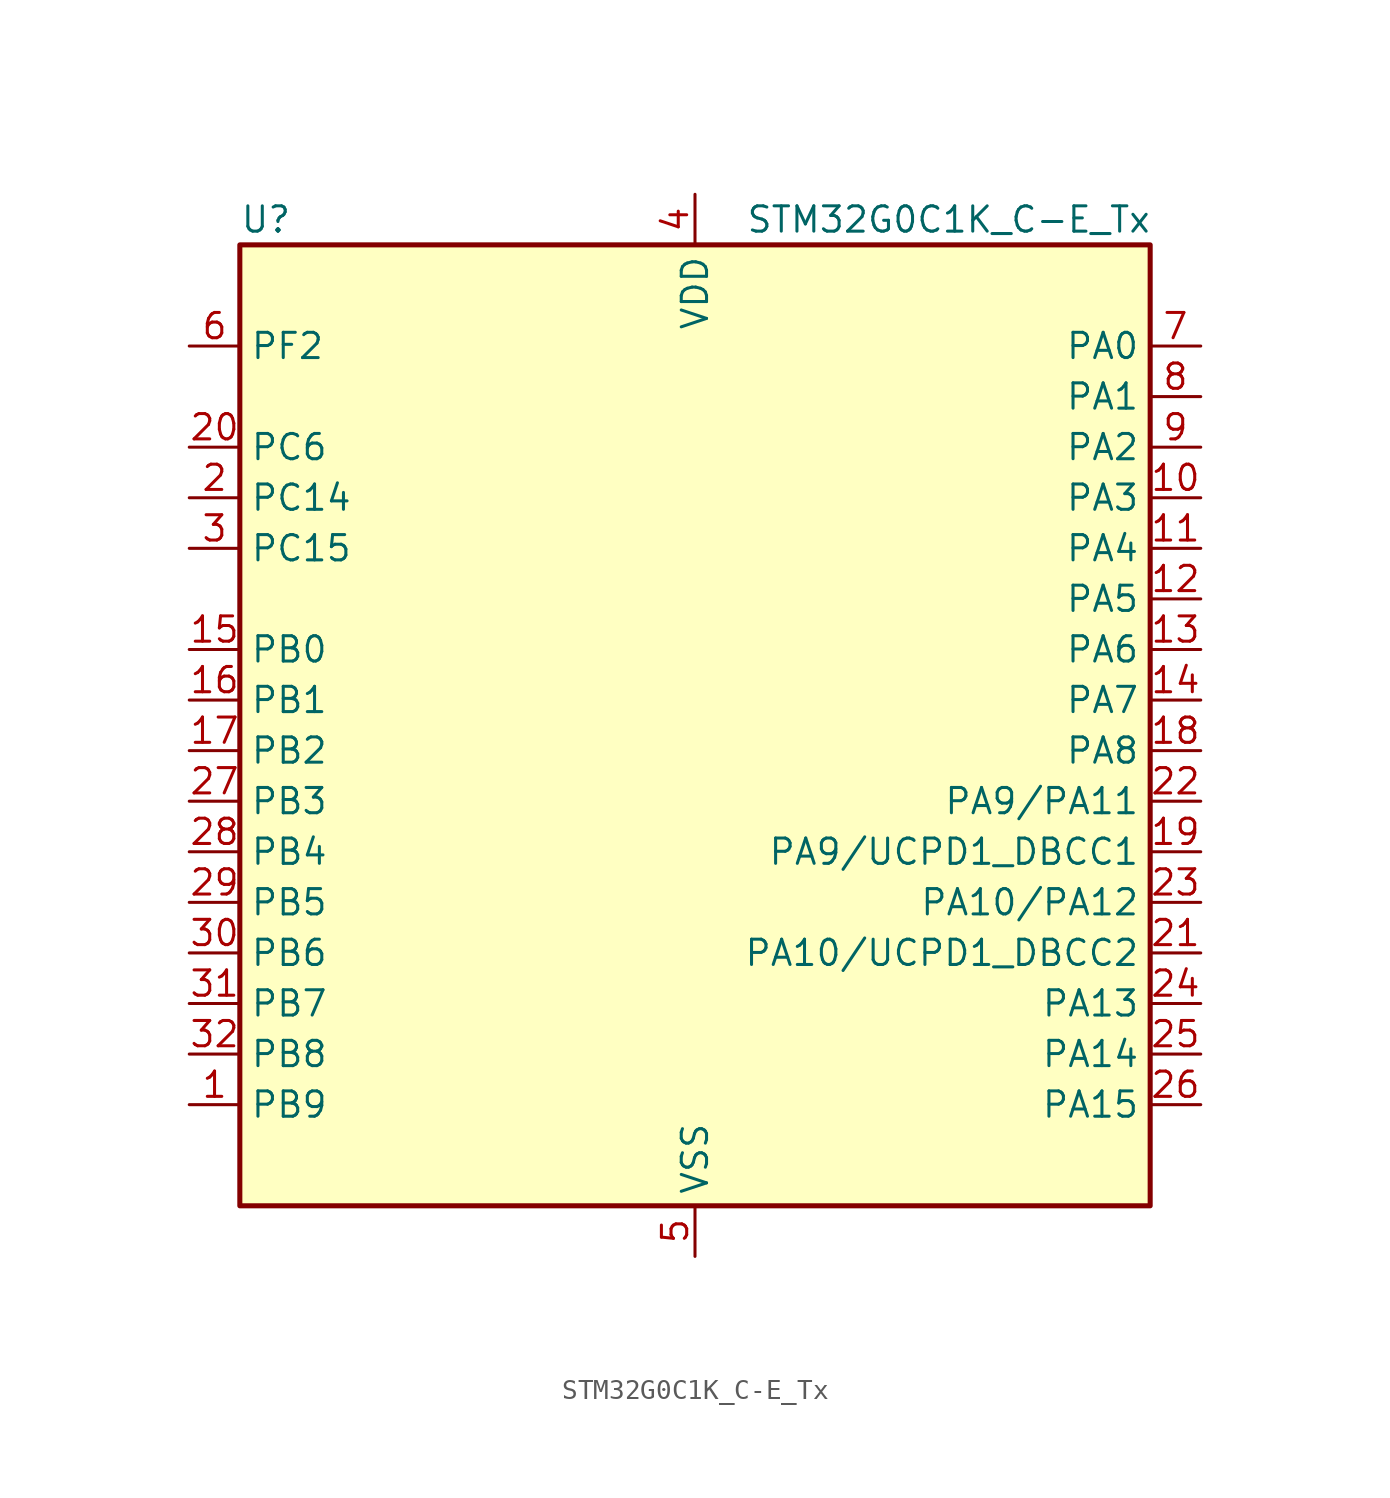
<source format=kicad_sym>
(kicad_symbol_lib
  (version 20231120)
  (generator "kicad-library-utils")
  (generator_version "8.0")
  (symbol "STM32G0C1K_C-E_Tx"
    (property "Reference" "U"
      (at -22.86 26.67 0)
      (effects (font (size 1.27 1.27)) (justify left)))
    (property "Value" "STM32G0C1K_C-E_Tx"
      (at 2.54 26.67 0)
      (effects (font (size 1.27 1.27)) (justify left)))
    (symbol "STM32G0C1K_C-E_Tx_0_1"
      (rectangle (start -22.86 -22.86) (end 22.86 25.4) (stroke (width 0.254) (type default)) (fill (type background))))
    (symbol "STM32G0C1K_C-E_Tx_1_1"
      (pin bidirectional line (at -25.4 -17.78 0) (length 2.54) (name "PB9" (effects (font (size 1.27 1.27)))) (number "1" (effects (font (size 1.27 1.27)))) (alternate "DAC1_EXTI9" bidirectional line) (alternate "FDCAN1_TX" bidirectional line) (alternate "I2C1_SDA" bidirectional line) (alternate "I2S2_WS" bidirectional line) (alternate "IR_OUT" bidirectional line) (alternate "SPI2_NSS" bidirectional line) (alternate "TIM17_CH1" bidirectional line) (alternate "TIM4_CH4" bidirectional line) (alternate "USART3_RX" bidirectional line) (alternate "USART6_RX" bidirectional line))
      (pin bidirectional line (at 25.4 12.7 180) (length 2.54) (name "PA3" (effects (font (size 1.27 1.27)))) (number "10" (effects (font (size 1.27 1.27)))) (alternate "ADC1_IN3" bidirectional line) (alternate "COMP2_INP" bidirectional line) (alternate "I2S2_MCK" bidirectional line) (alternate "LPUART1_RX" bidirectional line) (alternate "SPI2_MISO" bidirectional line) (alternate "TIM15_CH2" bidirectional line) (alternate "TIM2_CH4" bidirectional line) (alternate "USART2_RX" bidirectional line))
      (pin bidirectional line (at 25.4 10.16 180) (length 2.54) (name "PA4" (effects (font (size 1.27 1.27)))) (number "11" (effects (font (size 1.27 1.27)))) (alternate "ADC1_IN4" bidirectional line) (alternate "DAC1_OUT1" bidirectional line) (alternate "I2S1_WS" bidirectional line) (alternate "I2S2_SD" bidirectional line) (alternate "LPTIM2_OUT" bidirectional line) (alternate "RTC_OUT1" bidirectional line) (alternate "RTC_TAMP_IN1" bidirectional line) (alternate "RTC_TS" bidirectional line) (alternate "SPI1_NSS" bidirectional line) (alternate "SPI2_MOSI" bidirectional line) (alternate "SPI3_NSS" bidirectional line) (alternate "SYS_WKUP2" bidirectional line) (alternate "TIM14_CH1" bidirectional line) (alternate "USART6_TX" bidirectional line) (alternate "USB_NOE" bidirectional line))
      (pin bidirectional line (at 25.4 7.62 180) (length 2.54) (name "PA5" (effects (font (size 1.27 1.27)))) (number "12" (effects (font (size 1.27 1.27)))) (alternate "ADC1_IN5" bidirectional line) (alternate "CEC" bidirectional line) (alternate "DAC1_OUT2" bidirectional line) (alternate "I2S1_CK" bidirectional line) (alternate "LPTIM2_ETR" bidirectional line) (alternate "SPI1_SCK" bidirectional line) (alternate "TIM2_CH1" bidirectional line) (alternate "TIM2_ETR" bidirectional line) (alternate "UCPD1_FRSTX1" bidirectional line) (alternate "UCPD1_FRSTX2" bidirectional line) (alternate "USART3_TX" bidirectional line) (alternate "USART6_RX" bidirectional line))
      (pin bidirectional line (at 25.4 5.08 180) (length 2.54) (name "PA6" (effects (font (size 1.27 1.27)))) (number "13" (effects (font (size 1.27 1.27)))) (alternate "ADC1_IN6" bidirectional line) (alternate "COMP1_OUT" bidirectional line) (alternate "I2C2_SDA" bidirectional line) (alternate "I2C3_SDA" bidirectional line) (alternate "I2S1_MCK" bidirectional line) (alternate "LPUART1_CTS" bidirectional line) (alternate "SPI1_MISO" bidirectional line) (alternate "TIM16_CH1" bidirectional line) (alternate "TIM1_BK" bidirectional line) (alternate "TIM3_CH1" bidirectional line) (alternate "USART3_CTS" bidirectional line) (alternate "USART3_NSS" bidirectional line) (alternate "USART6_CTS" bidirectional line) (alternate "USART6_NSS" bidirectional line))
      (pin bidirectional line (at 25.4 2.54 180) (length 2.54) (name "PA7" (effects (font (size 1.27 1.27)))) (number "14" (effects (font (size 1.27 1.27)))) (alternate "ADC1_IN7" bidirectional line) (alternate "COMP2_OUT" bidirectional line) (alternate "I2C2_SCL" bidirectional line) (alternate "I2C3_SCL" bidirectional line) (alternate "I2S1_SD" bidirectional line) (alternate "SPI1_MOSI" bidirectional line) (alternate "TIM14_CH1" bidirectional line) (alternate "TIM17_CH1" bidirectional line) (alternate "TIM1_CH1N" bidirectional line) (alternate "TIM3_CH2" bidirectional line) (alternate "UCPD1_FRSTX1" bidirectional line) (alternate "UCPD1_FRSTX2" bidirectional line) (alternate "USART6_CK" bidirectional line) (alternate "USART6_DE" bidirectional line) (alternate "USART6_RTS" bidirectional line))
      (pin bidirectional line (at -25.4 5.08 0) (length 2.54) (name "PB0" (effects (font (size 1.27 1.27)))) (number "15" (effects (font (size 1.27 1.27)))) (alternate "ADC1_IN8" bidirectional line) (alternate "COMP1_OUT" bidirectional line) (alternate "COMP3_INP" bidirectional line) (alternate "FDCAN2_RX" bidirectional line) (alternate "I2S1_WS" bidirectional line) (alternate "LPTIM1_OUT" bidirectional line) (alternate "LPUART2_CTS" bidirectional line) (alternate "SPI1_NSS" bidirectional line) (alternate "TIM1_CH2N" bidirectional line) (alternate "TIM3_CH3" bidirectional line) (alternate "UCPD1_FRSTX1" bidirectional line) (alternate "UCPD1_FRSTX2" bidirectional line) (alternate "USART3_RX" bidirectional line) (alternate "USART5_TX" bidirectional line))
      (pin bidirectional line (at -25.4 2.54 0) (length 2.54) (name "PB1" (effects (font (size 1.27 1.27)))) (number "16" (effects (font (size 1.27 1.27)))) (alternate "ADC1_IN9" bidirectional line) (alternate "COMP1_INM" bidirectional line) (alternate "COMP3_OUT" bidirectional line) (alternate "FDCAN2_TX" bidirectional line) (alternate "LPTIM2_IN1" bidirectional line) (alternate "LPUART1_DE" bidirectional line) (alternate "LPUART1_RTS" bidirectional line) (alternate "LPUART2_DE" bidirectional line) (alternate "LPUART2_RTS" bidirectional line) (alternate "TIM14_CH1" bidirectional line) (alternate "TIM1_CH3N" bidirectional line) (alternate "TIM3_CH4" bidirectional line) (alternate "USART3_CK" bidirectional line) (alternate "USART3_DE" bidirectional line) (alternate "USART3_RTS" bidirectional line) (alternate "USART5_RX" bidirectional line))
      (pin bidirectional line (at -25.4 0 0) (length 2.54) (name "PB2" (effects (font (size 1.27 1.27)))) (number "17" (effects (font (size 1.27 1.27)))) (alternate "ADC1_IN10" bidirectional line) (alternate "COMP1_INP" bidirectional line) (alternate "COMP3_INM" bidirectional line) (alternate "I2S2_MCK" bidirectional line) (alternate "LPTIM1_OUT" bidirectional line) (alternate "RCC_MCO_2" bidirectional line) (alternate "SPI2_MISO" bidirectional line) (alternate "USART3_TX" bidirectional line))
      (pin bidirectional line (at 25.4 0 180) (length 2.54) (name "PA8" (effects (font (size 1.27 1.27)))) (number "18" (effects (font (size 1.27 1.27)))) (alternate "CRS1_SYNC" bidirectional line) (alternate "I2C2_SMBA" bidirectional line) (alternate "I2S2_WS" bidirectional line) (alternate "LPTIM2_OUT" bidirectional line) (alternate "RCC_MCO" bidirectional line) (alternate "SPI2_NSS" bidirectional line) (alternate "TIM1_CH1" bidirectional line) (alternate "UCPD1_CC1" bidirectional line))
      (pin bidirectional line (at 25.4 -5.08 180) (length 2.54) (name "PA9/UCPD1_DBCC1" (effects (font (size 1.27 1.27)))) (number "19" (effects (font (size 1.27 1.27)))) (alternate "PA9" bidirectional line) (alternate "DAC1_EXTI9 (PA9)" bidirectional line) (alternate "I2C1_SCL (PA9)" bidirectional line) (alternate "I2C2_SCL (PA9)" bidirectional line) (alternate "I2S2_MCK (PA9)" bidirectional line) (alternate "RCC_MCO (PA9)" bidirectional line) (alternate "SPI2_MISO (PA9)" bidirectional line) (alternate "TIM15_BK (PA9)" bidirectional line) (alternate "TIM1_CH2 (PA9)" bidirectional line) (alternate "UCPD1_DBCC1 (PA9)" bidirectional line) (alternate "USART1_TX (PA9)" bidirectional line) (alternate "UCPD1_DBCC1" bidirectional line) (alternate "UCPD1_DBCC1 (UCPD1_DBCC1)" bidirectional line))
      (pin bidirectional line (at -25.4 12.7 0) (length 2.54) (name "PC14" (effects (font (size 1.27 1.27)))) (number "2" (effects (font (size 1.27 1.27)))) (alternate "RCC_OSC32_IN" bidirectional line) (alternate "RCC_OSC_IN" bidirectional line) (alternate "TIM1_BK2" bidirectional line))
      (pin bidirectional line (at -25.4 15.24 0) (length 2.54) (name "PC6" (effects (font (size 1.27 1.27)))) (number "20" (effects (font (size 1.27 1.27)))) (alternate "LPUART2_TX" bidirectional line) (alternate "TIM2_CH3" bidirectional line) (alternate "TIM3_CH1" bidirectional line) (alternate "UCPD1_FRSTX1" bidirectional line) (alternate "UCPD1_FRSTX2" bidirectional line))
      (pin bidirectional line (at 25.4 -10.16 180) (length 2.54) (name "PA10/UCPD1_DBCC2" (effects (font (size 1.27 1.27)))) (number "21" (effects (font (size 1.27 1.27)))) (alternate "PA10" bidirectional line) (alternate "I2C1_SDA (PA10)" bidirectional line) (alternate "I2C2_SDA (PA10)" bidirectional line) (alternate "I2S2_SD (PA10)" bidirectional line) (alternate "RCC_MCO_2 (PA10)" bidirectional line) (alternate "SPI2_MOSI (PA10)" bidirectional line) (alternate "TIM17_BK (PA10)" bidirectional line) (alternate "TIM1_CH3 (PA10)" bidirectional line) (alternate "UCPD1_DBCC2 (PA10)" bidirectional line) (alternate "USART1_RX (PA10)" bidirectional line) (alternate "UCPD1_DBCC2" bidirectional line) (alternate "UCPD1_DBCC2 (UCPD1_DBCC2)" bidirectional line))
      (pin bidirectional line (at 25.4 -2.54 180) (length 2.54) (name "PA9/PA11" (effects (font (size 1.27 1.27)))) (number "22" (effects (font (size 1.27 1.27)))) (alternate "PA9" bidirectional line) (alternate "DAC1_EXTI9 (PA9)" bidirectional line) (alternate "I2C1_SCL (PA9)" bidirectional line) (alternate "I2C2_SCL (PA9)" bidirectional line) (alternate "I2S2_MCK (PA9)" bidirectional line) (alternate "RCC_MCO (PA9)" bidirectional line) (alternate "SPI2_MISO (PA9)" bidirectional line) (alternate "TIM15_BK (PA9)" bidirectional line) (alternate "TIM1_CH2 (PA9)" bidirectional line) (alternate "UCPD1_DBCC1 (PA9)" bidirectional line) (alternate "USART1_TX (PA9)" bidirectional line) (alternate "PA11" bidirectional line) (alternate "ADC1_EXTI11 (PA11)" bidirectional line) (alternate "COMP1_OUT (PA11)" bidirectional line) (alternate "FDCAN1_RX (PA11)" bidirectional line) (alternate "I2C2_SCL (PA11)" bidirectional line) (alternate "I2S1_MCK (PA11)" bidirectional line) (alternate "SPI1_MISO (PA11)" bidirectional line) (alternate "TIM1_BK2 (PA11)" bidirectional line) (alternate "TIM1_CH4 (PA11)" bidirectional line) (alternate "USART1_CTS (PA11)" bidirectional line) (alternate "USART1_NSS (PA11)" bidirectional line) (alternate "USB_DM (PA11)" bidirectional line))
      (pin bidirectional line (at 25.4 -7.62 180) (length 2.54) (name "PA10/PA12" (effects (font (size 1.27 1.27)))) (number "23" (effects (font (size 1.27 1.27)))) (alternate "PA10" bidirectional line) (alternate "I2C1_SDA (PA10)" bidirectional line) (alternate "I2C2_SDA (PA10)" bidirectional line) (alternate "I2S2_SD (PA10)" bidirectional line) (alternate "RCC_MCO_2 (PA10)" bidirectional line) (alternate "SPI2_MOSI (PA10)" bidirectional line) (alternate "TIM17_BK (PA10)" bidirectional line) (alternate "TIM1_CH3 (PA10)" bidirectional line) (alternate "UCPD1_DBCC2 (PA10)" bidirectional line) (alternate "USART1_RX (PA10)" bidirectional line) (alternate "PA12" bidirectional line) (alternate "COMP2_OUT (PA12)" bidirectional line) (alternate "FDCAN1_TX (PA12)" bidirectional line) (alternate "I2C2_SDA (PA12)" bidirectional line) (alternate "I2S1_SD (PA12)" bidirectional line) (alternate "I2S_CKIN (PA12)" bidirectional line) (alternate "SPI1_MOSI (PA12)" bidirectional line) (alternate "TIM1_ETR (PA12)" bidirectional line) (alternate "USART1_CK (PA12)" bidirectional line) (alternate "USART1_DE (PA12)" bidirectional line) (alternate "USART1_RTS (PA12)" bidirectional line) (alternate "USB_DP (PA12)" bidirectional line))
      (pin bidirectional line (at 25.4 -12.7 180) (length 2.54) (name "PA13" (effects (font (size 1.27 1.27)))) (number "24" (effects (font (size 1.27 1.27)))) (alternate "IR_OUT" bidirectional line) (alternate "LPUART2_RX" bidirectional line) (alternate "SYS_SWDIO" bidirectional line) (alternate "USB_NOE" bidirectional line))
      (pin bidirectional line (at 25.4 -15.24 180) (length 2.54) (name "PA14" (effects (font (size 1.27 1.27)))) (number "25" (effects (font (size 1.27 1.27)))) (alternate "LPUART2_TX" bidirectional line) (alternate "SYS_SWCLK" bidirectional line) (alternate "USART2_TX" bidirectional line))
      (pin bidirectional line (at 25.4 -17.78 180) (length 2.54) (name "PA15" (effects (font (size 1.27 1.27)))) (number "26" (effects (font (size 1.27 1.27)))) (alternate "I2C2_SMBA" bidirectional line) (alternate "I2S1_WS" bidirectional line) (alternate "RCC_MCO_2" bidirectional line) (alternate "SPI1_NSS" bidirectional line) (alternate "SPI3_NSS" bidirectional line) (alternate "TIM2_CH1" bidirectional line) (alternate "TIM2_ETR" bidirectional line) (alternate "USART2_RX" bidirectional line) (alternate "USART3_CK" bidirectional line) (alternate "USART3_DE" bidirectional line) (alternate "USART3_RTS" bidirectional line) (alternate "USART4_CK" bidirectional line) (alternate "USART4_DE" bidirectional line) (alternate "USART4_RTS" bidirectional line) (alternate "USB_NOE" bidirectional line))
      (pin bidirectional line (at -25.4 -2.54 0) (length 2.54) (name "PB3" (effects (font (size 1.27 1.27)))) (number "27" (effects (font (size 1.27 1.27)))) (alternate "COMP2_INM" bidirectional line) (alternate "I2C2_SCL" bidirectional line) (alternate "I2C3_SCL" bidirectional line) (alternate "I2S1_CK" bidirectional line) (alternate "SPI1_SCK" bidirectional line) (alternate "SPI3_SCK" bidirectional line) (alternate "TIM1_CH2" bidirectional line) (alternate "TIM2_CH2" bidirectional line) (alternate "USART1_CK" bidirectional line) (alternate "USART1_DE" bidirectional line) (alternate "USART1_RTS" bidirectional line) (alternate "USART5_TX" bidirectional line))
      (pin bidirectional line (at -25.4 -5.08 0) (length 2.54) (name "PB4" (effects (font (size 1.27 1.27)))) (number "28" (effects (font (size 1.27 1.27)))) (alternate "COMP2_INP" bidirectional line) (alternate "I2C2_SDA" bidirectional line) (alternate "I2C3_SDA" bidirectional line) (alternate "I2S1_MCK" bidirectional line) (alternate "SPI1_MISO" bidirectional line) (alternate "SPI3_MISO" bidirectional line) (alternate "TIM17_BK" bidirectional line) (alternate "TIM3_CH1" bidirectional line) (alternate "USART1_CTS" bidirectional line) (alternate "USART1_NSS" bidirectional line) (alternate "USART5_RX" bidirectional line))
      (pin bidirectional line (at -25.4 -7.62 0) (length 2.54) (name "PB5" (effects (font (size 1.27 1.27)))) (number "29" (effects (font (size 1.27 1.27)))) (alternate "COMP2_OUT" bidirectional line) (alternate "FDCAN2_RX" bidirectional line) (alternate "I2C1_SMBA" bidirectional line) (alternate "I2S1_SD" bidirectional line) (alternate "LPTIM1_IN1" bidirectional line) (alternate "SPI1_MOSI" bidirectional line) (alternate "SPI3_MOSI" bidirectional line) (alternate "SYS_WKUP6" bidirectional line) (alternate "TIM16_BK" bidirectional line) (alternate "TIM3_CH2" bidirectional line) (alternate "USART5_CK" bidirectional line) (alternate "USART5_DE" bidirectional line) (alternate "USART5_RTS" bidirectional line))
      (pin bidirectional line (at -25.4 10.16 0) (length 2.54) (name "PC15" (effects (font (size 1.27 1.27)))) (number "3" (effects (font (size 1.27 1.27)))) (alternate "RCC_OSC32_EN" bidirectional line) (alternate "RCC_OSC32_OUT" bidirectional line) (alternate "RCC_OSC_EN" bidirectional line) (alternate "TIM15_BK" bidirectional line))
      (pin bidirectional line (at -25.4 -10.16 0) (length 2.54) (name "PB6" (effects (font (size 1.27 1.27)))) (number "30" (effects (font (size 1.27 1.27)))) (alternate "COMP2_INP" bidirectional line) (alternate "FDCAN2_TX" bidirectional line) (alternate "I2C1_SCL" bidirectional line) (alternate "I2S2_MCK" bidirectional line) (alternate "LPTIM1_ETR" bidirectional line) (alternate "LPUART2_TX" bidirectional line) (alternate "SPI2_MISO" bidirectional line) (alternate "TIM16_CH1N" bidirectional line) (alternate "TIM1_CH3" bidirectional line) (alternate "TIM4_CH1" bidirectional line) (alternate "USART1_TX" bidirectional line) (alternate "USART5_CTS" bidirectional line) (alternate "USART5_NSS" bidirectional line))
      (pin bidirectional line (at -25.4 -12.7 0) (length 2.54) (name "PB7" (effects (font (size 1.27 1.27)))) (number "31" (effects (font (size 1.27 1.27)))) (alternate "COMP2_INM" bidirectional line) (alternate "I2C1_SDA" bidirectional line) (alternate "I2S2_SD" bidirectional line) (alternate "LPTIM1_IN2" bidirectional line) (alternate "LPUART2_RX" bidirectional line) (alternate "SPI2_MOSI" bidirectional line) (alternate "SYS_PVD_IN" bidirectional line) (alternate "TIM17_CH1N" bidirectional line) (alternate "TIM4_CH2" bidirectional line) (alternate "USART1_RX" bidirectional line) (alternate "USART4_CTS" bidirectional line) (alternate "USART4_NSS" bidirectional line))
      (pin bidirectional line (at -25.4 -15.24 0) (length 2.54) (name "PB8" (effects (font (size 1.27 1.27)))) (number "32" (effects (font (size 1.27 1.27)))) (alternate "CEC" bidirectional line) (alternate "FDCAN1_RX" bidirectional line) (alternate "I2C1_SCL" bidirectional line) (alternate "I2S2_CK" bidirectional line) (alternate "SPI2_SCK" bidirectional line) (alternate "TIM15_BK" bidirectional line) (alternate "TIM16_CH1" bidirectional line) (alternate "TIM4_CH3" bidirectional line) (alternate "USART3_TX" bidirectional line) (alternate "USART6_TX" bidirectional line))
      (pin power_in line (at 0 27.94 270) (length 2.54) (name "VDD" (effects (font (size 1.27 1.27)))) (number "4" (effects (font (size 1.27 1.27)))))
      (pin power_in line (at 0 -25.4 90) (length 2.54) (name "VSS" (effects (font (size 1.27 1.27)))) (number "5" (effects (font (size 1.27 1.27)))))
      (pin bidirectional line (at -25.4 20.32 0) (length 2.54) (name "PF2" (effects (font (size 1.27 1.27)))) (number "6" (effects (font (size 1.27 1.27)))) (alternate "LPUART2_DE" bidirectional line) (alternate "LPUART2_RTS" bidirectional line) (alternate "LPUART2_TX" bidirectional line) (alternate "RCC_MCO" bidirectional line))
      (pin bidirectional line (at 25.4 20.32 180) (length 2.54) (name "PA0" (effects (font (size 1.27 1.27)))) (number "7" (effects (font (size 1.27 1.27)))) (alternate "ADC1_IN0" bidirectional line) (alternate "COMP1_INM" bidirectional line) (alternate "COMP1_OUT" bidirectional line) (alternate "I2S2_CK" bidirectional line) (alternate "LPTIM1_OUT" bidirectional line) (alternate "RTC_TAMP_IN2" bidirectional line) (alternate "SPI2_SCK" bidirectional line) (alternate "SYS_WKUP1" bidirectional line) (alternate "TIM2_CH1" bidirectional line) (alternate "TIM2_ETR" bidirectional line) (alternate "USART2_CTS" bidirectional line) (alternate "USART2_NSS" bidirectional line) (alternate "USART4_TX" bidirectional line))
      (pin bidirectional line (at 25.4 17.78 180) (length 2.54) (name "PA1" (effects (font (size 1.27 1.27)))) (number "8" (effects (font (size 1.27 1.27)))) (alternate "ADC1_IN1" bidirectional line) (alternate "COMP1_INP" bidirectional line) (alternate "I2C1_SMBA" bidirectional line) (alternate "I2S1_CK" bidirectional line) (alternate "SPI1_SCK" bidirectional line) (alternate "TIM15_CH1N" bidirectional line) (alternate "TIM2_CH2" bidirectional line) (alternate "USART2_CK" bidirectional line) (alternate "USART2_DE" bidirectional line) (alternate "USART2_RTS" bidirectional line) (alternate "USART4_RX" bidirectional line))
      (pin bidirectional line (at 25.4 15.24 180) (length 2.54) (name "PA2" (effects (font (size 1.27 1.27)))) (number "9" (effects (font (size 1.27 1.27)))) (alternate "ADC1_IN2" bidirectional line) (alternate "COMP2_INM" bidirectional line) (alternate "COMP2_OUT" bidirectional line) (alternate "I2S1_SD" bidirectional line) (alternate "LPUART1_TX" bidirectional line) (alternate "RCC_LSCO" bidirectional line) (alternate "SPI1_MOSI" bidirectional line) (alternate "SYS_WKUP4" bidirectional line) (alternate "TIM15_CH1" bidirectional line) (alternate "TIM2_CH3" bidirectional line) (alternate "UCPD1_FRSTX1" bidirectional line) (alternate "UCPD1_FRSTX2" bidirectional line) (alternate "USART2_TX" bidirectional line)))))
</source>
